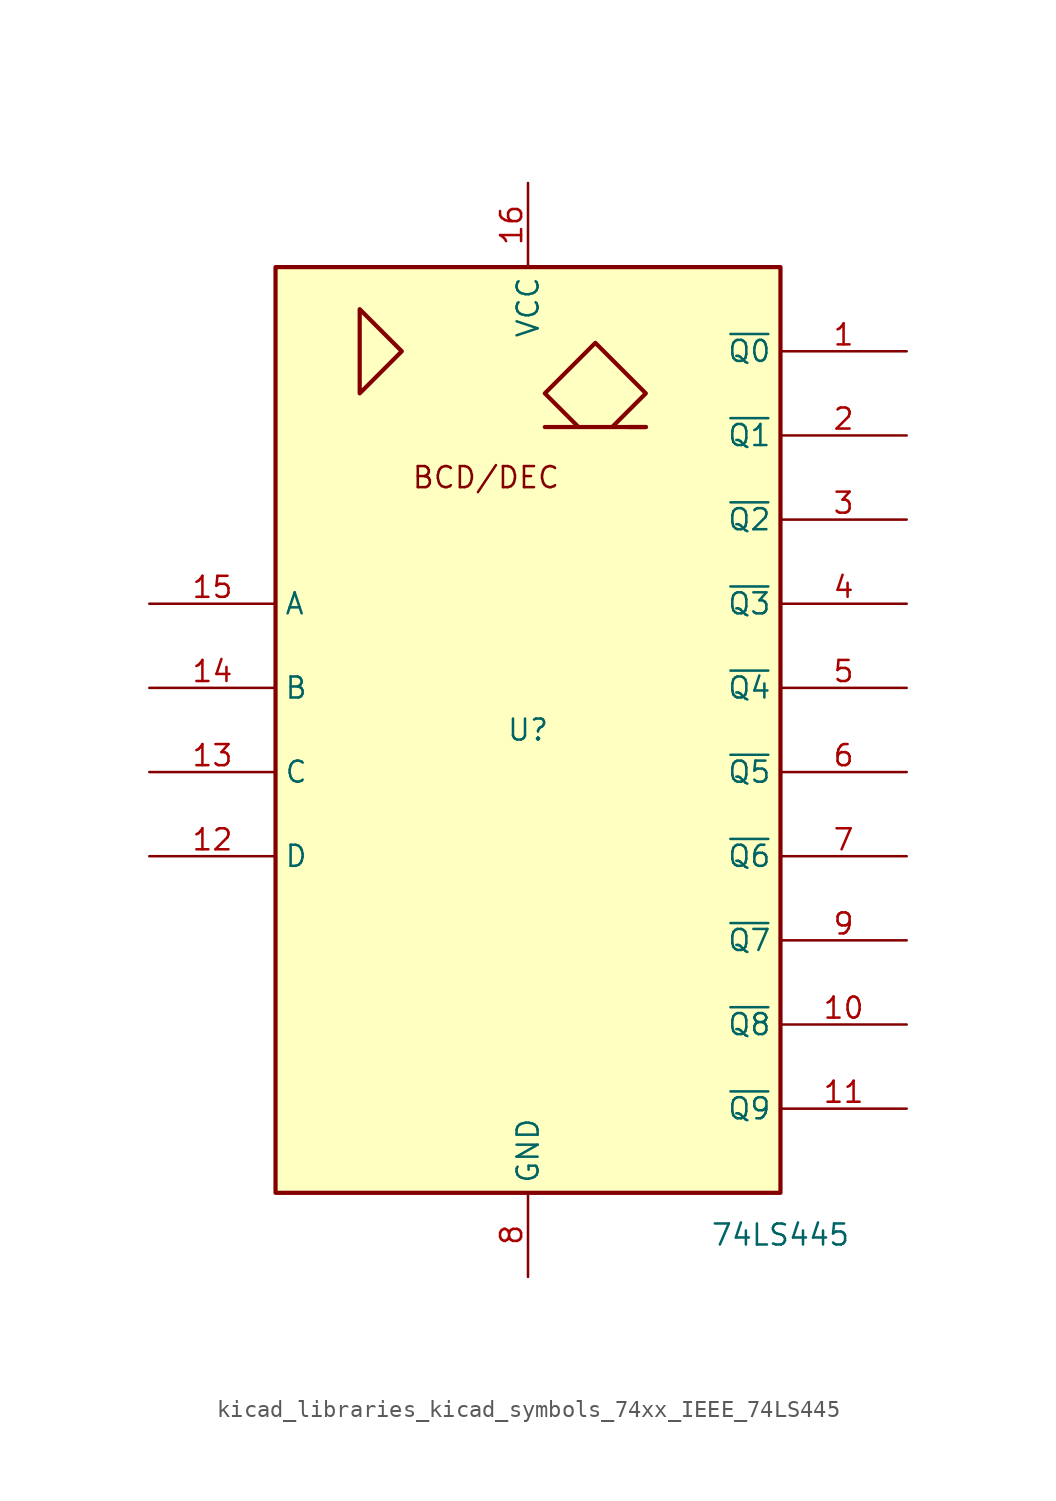
<source format=kicad_sym>
(kicad_symbol_lib
  (version 20220914)
  (generator kicad_symbol_editor)
  (symbol "kicad_libraries_kicad_symbols_74xx_IEEE_74LS445"
    (property "Reference" "U"
      (at 0 0 0)
      (effects (font (size 1.27 1.27))))
    (property "Value" "74LS445"
      (at 15.24 -30.48 0)
      (effects (font (size 1.27 1.27))))
    (symbol "kicad_libraries_kicad_symbols_74xx_IEEE_74LS445_0_0"
      (polyline (pts (xy 7.112 18.288) (xy 6.096 18.288) (xy 6.096 18.288)) (stroke (width 0.254) (type default)) (fill (type background)))
      (polyline (pts (xy -10.16 25.4) (xy -10.16 20.32) (xy -7.62 22.86) (xy -10.16 25.4) (xy -10.16 25.4)) (stroke (width 0.254) (type default)) (fill (type background)))
      (polyline (pts (xy 5.08 18.288) (xy 7.112 20.32) (xy 4.064 23.368) (xy 1.016 20.32) (xy 3.048 18.288) (xy 1.016 18.288) (xy 7.112 18.288)) (stroke (width 0.254) (type default)) (fill (type background)))
      (text "BCD/DEC" (at -2.54 15.24 0) (effects (font (size 1.27 1.27))))
      (pin power_in line (at 0 33.02 270) (length 5.08) (name "VCC" (effects (font (size 1.27 1.27)))) (number "16" (effects (font (size 1.27 1.27)))))
      (pin power_in line (at 0 -33.02 90) (length 5.08) (name "GND" (effects (font (size 1.27 1.27)))) (number "8" (effects (font (size 1.27 1.27))))))
    (symbol "kicad_libraries_kicad_symbols_74xx_IEEE_74LS445_0_1"
      (rectangle (start -15.24 27.94) (end 15.24 -27.94) (stroke (width 0.254) (type default)) (fill (type background))))
    (symbol "kicad_libraries_kicad_symbols_74xx_IEEE_74LS445_1_1"
      (pin open_collector line (at 22.86 22.86 180) (length 7.62) (name "~{Q0}" (effects (font (size 1.27 1.27)))) (number "1" (effects (font (size 1.27 1.27)))))
      (pin open_collector line (at 22.86 -17.78 180) (length 7.62) (name "~{Q8}" (effects (font (size 1.27 1.27)))) (number "10" (effects (font (size 1.27 1.27)))))
      (pin open_collector line (at 22.86 -22.86 180) (length 7.62) (name "~{Q9}" (effects (font (size 1.27 1.27)))) (number "11" (effects (font (size 1.27 1.27)))))
      (pin input line (at -22.86 -7.62 0) (length 7.62) (name "D" (effects (font (size 1.27 1.27)))) (number "12" (effects (font (size 1.27 1.27)))))
      (pin input line (at -22.86 -2.54 0) (length 7.62) (name "C" (effects (font (size 1.27 1.27)))) (number "13" (effects (font (size 1.27 1.27)))))
      (pin input line (at -22.86 2.54 0) (length 7.62) (name "B" (effects (font (size 1.27 1.27)))) (number "14" (effects (font (size 1.27 1.27)))))
      (pin input line (at -22.86 7.62 0) (length 7.62) (name "A" (effects (font (size 1.27 1.27)))) (number "15" (effects (font (size 1.27 1.27)))))
      (pin open_collector line (at 22.86 17.78 180) (length 7.62) (name "~{Q1}" (effects (font (size 1.27 1.27)))) (number "2" (effects (font (size 1.27 1.27)))))
      (pin open_collector line (at 22.86 12.7 180) (length 7.62) (name "~{Q2}" (effects (font (size 1.27 1.27)))) (number "3" (effects (font (size 1.27 1.27)))))
      (pin open_collector line (at 22.86 7.62 180) (length 7.62) (name "~{Q3}" (effects (font (size 1.27 1.27)))) (number "4" (effects (font (size 1.27 1.27)))))
      (pin open_collector line (at 22.86 2.54 180) (length 7.62) (name "~{Q4}" (effects (font (size 1.27 1.27)))) (number "5" (effects (font (size 1.27 1.27)))))
      (pin open_collector line (at 22.86 -2.54 180) (length 7.62) (name "~{Q5}" (effects (font (size 1.27 1.27)))) (number "6" (effects (font (size 1.27 1.27)))))
      (pin open_collector line (at 22.86 -7.62 180) (length 7.62) (name "~{Q6}" (effects (font (size 1.27 1.27)))) (number "7" (effects (font (size 1.27 1.27)))))
      (pin open_collector line (at 22.86 -12.7 180) (length 7.62) (name "~{Q7}" (effects (font (size 1.27 1.27)))) (number "9" (effects (font (size 1.27 1.27))))))))
</source>
